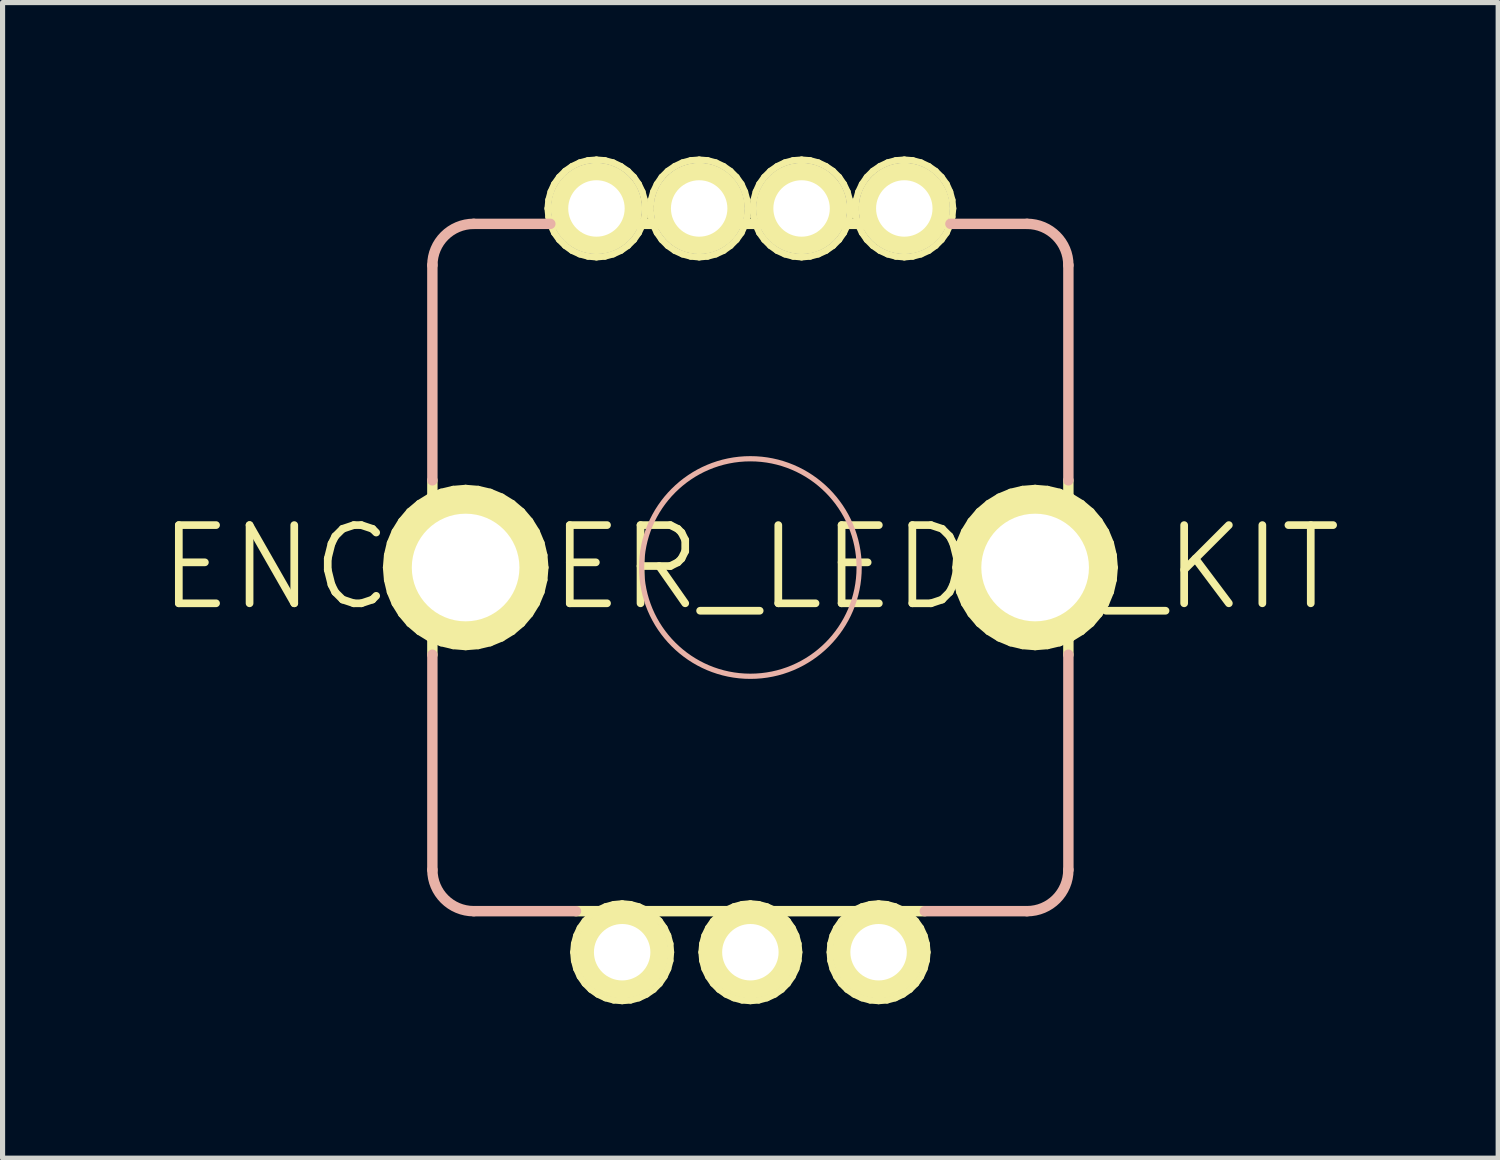
<source format=kicad_pcb>
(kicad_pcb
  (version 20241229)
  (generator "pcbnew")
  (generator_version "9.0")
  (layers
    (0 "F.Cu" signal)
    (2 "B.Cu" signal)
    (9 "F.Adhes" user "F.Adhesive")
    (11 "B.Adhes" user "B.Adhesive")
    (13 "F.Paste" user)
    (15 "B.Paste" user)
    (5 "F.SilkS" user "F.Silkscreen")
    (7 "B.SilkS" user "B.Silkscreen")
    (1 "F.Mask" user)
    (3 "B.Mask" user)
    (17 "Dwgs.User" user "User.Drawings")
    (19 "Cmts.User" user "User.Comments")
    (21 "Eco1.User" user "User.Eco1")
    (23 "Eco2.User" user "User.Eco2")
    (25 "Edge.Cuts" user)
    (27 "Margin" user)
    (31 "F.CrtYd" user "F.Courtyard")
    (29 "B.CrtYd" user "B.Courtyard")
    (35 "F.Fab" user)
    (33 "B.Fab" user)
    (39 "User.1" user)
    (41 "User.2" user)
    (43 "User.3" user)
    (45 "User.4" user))
  (footprint "ENCODER_LED_2_KIT"
    (layer "F.Cu")
    (at 11.575 8.011)
    (property "Reference" "ENCODER_LED_2_KIT" (at 0 0 0) (layer "F.SilkS") (effects (font (size 1.524 1.524) (thickness 0.15))))
    (attr exclude_from_pos_files exclude_from_bom)
    (fp_line (start -7.099 0) (end -7.079 -0.241) (stroke (width 0.127) (type solid)) (layer "F.SilkS"))
    (fp_line (start -7.079 -0.241) (end -7.023 -0.478) (stroke (width 0.127) (type solid)) (layer "F.SilkS"))
    (fp_line (start -7.079 0.241) (end -7.099 0) (stroke (width 0.127) (type solid)) (layer "F.SilkS"))
    (fp_line (start -7.023 -0.478) (end -6.929 -0.704) (stroke (width 0.127) (type solid)) (layer "F.SilkS"))
    (fp_line (start -7.023 0.478) (end -7.079 0.241) (stroke (width 0.127) (type solid)) (layer "F.SilkS"))
    (fp_line (start -6.929 -0.704) (end -6.802 -0.909) (stroke (width 0.127) (type solid)) (layer "F.SilkS"))
    (fp_line (start -6.929 0.704) (end -7.023 0.478) (stroke (width 0.127) (type solid)) (layer "F.SilkS"))
    (fp_line (start -6.802 -0.909) (end -6.645 -1.095) (stroke (width 0.127) (type solid)) (layer "F.SilkS"))
    (fp_line (start -6.802 0.909) (end -6.929 0.704) (stroke (width 0.127) (type solid)) (layer "F.SilkS"))
    (fp_line (start -6.645 -1.095) (end -6.459 -1.252) (stroke (width 0.127) (type solid)) (layer "F.SilkS"))
    (fp_line (start -6.645 1.095) (end -6.802 0.909) (stroke (width 0.127) (type solid)) (layer "F.SilkS"))
    (fp_line (start -6.548 0) (end -6.533 0.173) (stroke (width 0.127) (type solid)) (layer "F.SilkS"))
    (fp_line (start -6.533 -0.173) (end -6.548 0) (stroke (width 0.127) (type solid)) (layer "F.SilkS"))
    (fp_line (start -6.533 0.173) (end -6.487 0.34) (stroke (width 0.127) (type solid)) (layer "F.SilkS"))
    (fp_line (start -6.487 -0.34) (end -6.533 -0.173) (stroke (width 0.127) (type solid)) (layer "F.SilkS"))
    (fp_line (start -6.487 0.34) (end -6.413 0.498) (stroke (width 0.127) (type solid)) (layer "F.SilkS"))
    (fp_line (start -6.459 -1.252) (end -6.253 -1.379) (stroke (width 0.127) (type solid)) (layer "F.SilkS"))
    (fp_line (start -6.459 1.252) (end -6.645 1.095) (stroke (width 0.127) (type solid)) (layer "F.SilkS"))
    (fp_line (start -6.413 -0.498) (end -6.487 -0.34) (stroke (width 0.127) (type solid)) (layer "F.SilkS"))
    (fp_line (start -6.413 0.498) (end -6.314 0.643) (stroke (width 0.127) (type solid)) (layer "F.SilkS"))
    (fp_line (start -6.314 -0.643) (end -6.413 -0.498) (stroke (width 0.127) (type solid)) (layer "F.SilkS"))
    (fp_line (start -6.314 0.643) (end -6.193 0.765) (stroke (width 0.127) (type solid)) (layer "F.SilkS"))
    (fp_line (start -6.253 -1.379) (end -6.027 -1.473) (stroke (width 0.127) (type solid)) (layer "F.SilkS"))
    (fp_line (start -6.253 1.379) (end -6.459 1.252) (stroke (width 0.127) (type solid)) (layer "F.SilkS"))
    (fp_line (start -6.198 1.699) (end -6.198 -1.699) (stroke (width 0.203) (type solid)) (layer "F.SilkS"))
    (fp_line (start -6.193 -0.765) (end -6.314 -0.643) (stroke (width 0.127) (type solid)) (layer "F.SilkS"))
    (fp_line (start -6.193 0.765) (end -6.048 0.864) (stroke (width 0.127) (type solid)) (layer "F.SilkS"))
    (fp_line (start -6.048 -0.864) (end -6.193 -0.765) (stroke (width 0.127) (type solid)) (layer "F.SilkS"))
    (fp_line (start -6.048 0.864) (end -5.89 0.937) (stroke (width 0.127) (type solid)) (layer "F.SilkS"))
    (fp_line (start -6.027 -1.473) (end -5.791 -1.529) (stroke (width 0.127) (type solid)) (layer "F.SilkS"))
    (fp_line (start -6.027 1.473) (end -6.253 1.379) (stroke (width 0.127) (type solid)) (layer "F.SilkS"))
    (fp_line (start -5.89 -0.937) (end -6.048 -0.864) (stroke (width 0.127) (type solid)) (layer "F.SilkS"))
    (fp_line (start -5.89 0.937) (end -5.723 0.983) (stroke (width 0.127) (type solid)) (layer "F.SilkS"))
    (fp_line (start -5.791 -1.529) (end -5.55 -1.549) (stroke (width 0.127) (type solid)) (layer "F.SilkS"))
    (fp_line (start -5.791 1.529) (end -6.027 1.473) (stroke (width 0.127) (type solid)) (layer "F.SilkS"))
    (fp_line (start -5.723 -0.983) (end -5.89 -0.937) (stroke (width 0.127) (type solid)) (layer "F.SilkS"))
    (fp_line (start -5.723 0.983) (end -5.55 0.998) (stroke (width 0.127) (type solid)) (layer "F.SilkS"))
    (fp_line (start -5.55 -1.549) (end -5.306 -1.529) (stroke (width 0.127) (type solid)) (layer "F.SilkS"))
    (fp_line (start -5.55 -0.998) (end -5.723 -0.983) (stroke (width 0.127) (type solid)) (layer "F.SilkS"))
    (fp_line (start -5.55 0.998) (end -5.375 0.983) (stroke (width 0.127) (type solid)) (layer "F.SilkS"))
    (fp_line (start -5.55 1.549) (end -5.791 1.529) (stroke (width 0.127) (type solid)) (layer "F.SilkS"))
    (fp_line (start -5.375 -0.983) (end -5.55 -0.998) (stroke (width 0.127) (type solid)) (layer "F.SilkS"))
    (fp_line (start -5.375 0.983) (end -5.207 0.937) (stroke (width 0.127) (type solid)) (layer "F.SilkS"))
    (fp_line (start -5.306 -1.529) (end -5.07 -1.473) (stroke (width 0.127) (type solid)) (layer "F.SilkS"))
    (fp_line (start -5.306 1.529) (end -5.55 1.549) (stroke (width 0.127) (type solid)) (layer "F.SilkS"))
    (fp_line (start -5.207 -0.937) (end -5.375 -0.983) (stroke (width 0.127) (type solid)) (layer "F.SilkS"))
    (fp_line (start -5.207 0.937) (end -5.05 0.864) (stroke (width 0.127) (type solid)) (layer "F.SilkS"))
    (fp_line (start -5.07 -1.473) (end -4.844 -1.379) (stroke (width 0.127) (type solid)) (layer "F.SilkS"))
    (fp_line (start -5.07 1.473) (end -5.306 1.529) (stroke (width 0.127) (type solid)) (layer "F.SilkS"))
    (fp_line (start -5.05 -0.864) (end -5.207 -0.937) (stroke (width 0.127) (type solid)) (layer "F.SilkS"))
    (fp_line (start -5.05 0.864) (end -4.905 0.765) (stroke (width 0.127) (type solid)) (layer "F.SilkS"))
    (fp_line (start -4.905 -0.765) (end -5.05 -0.864) (stroke (width 0.127) (type solid)) (layer "F.SilkS"))
    (fp_line (start -4.905 0.765) (end -4.783 0.643) (stroke (width 0.127) (type solid)) (layer "F.SilkS"))
    (fp_line (start -4.844 -1.379) (end -4.638 -1.252) (stroke (width 0.127) (type solid)) (layer "F.SilkS"))
    (fp_line (start -4.844 1.379) (end -5.07 1.473) (stroke (width 0.127) (type solid)) (layer "F.SilkS"))
    (fp_line (start -4.783 -0.643) (end -4.905 -0.765) (stroke (width 0.127) (type solid)) (layer "F.SilkS"))
    (fp_line (start -4.783 0.643) (end -4.684 0.498) (stroke (width 0.127) (type solid)) (layer "F.SilkS"))
    (fp_line (start -4.684 -0.498) (end -4.783 -0.643) (stroke (width 0.127) (type solid)) (layer "F.SilkS"))
    (fp_line (start -4.684 0.498) (end -4.61 0.34) (stroke (width 0.127) (type solid)) (layer "F.SilkS"))
    (fp_line (start -4.638 -1.252) (end -4.453 -1.095) (stroke (width 0.127) (type solid)) (layer "F.SilkS"))
    (fp_line (start -4.638 1.252) (end -4.844 1.379) (stroke (width 0.127) (type solid)) (layer "F.SilkS"))
    (fp_line (start -4.61 -0.34) (end -4.684 -0.498) (stroke (width 0.127) (type solid)) (layer "F.SilkS"))
    (fp_line (start -4.61 0.34) (end -4.564 0.173) (stroke (width 0.127) (type solid)) (layer "F.SilkS"))
    (fp_line (start -4.564 -0.173) (end -4.61 -0.34) (stroke (width 0.127) (type solid)) (layer "F.SilkS"))
    (fp_line (start -4.564 0.173) (end -4.549 0) (stroke (width 0.127) (type solid)) (layer "F.SilkS"))
    (fp_line (start -4.549 0) (end -4.564 -0.173) (stroke (width 0.127) (type solid)) (layer "F.SilkS"))
    (fp_line (start -4.453 -1.095) (end -4.295 -0.909) (stroke (width 0.127) (type solid)) (layer "F.SilkS"))
    (fp_line (start -4.453 1.095) (end -4.638 1.252) (stroke (width 0.127) (type solid)) (layer "F.SilkS"))
    (fp_line (start -4.295 -0.909) (end -4.168 -0.704) (stroke (width 0.127) (type solid)) (layer "F.SilkS"))
    (fp_line (start -4.295 0.909) (end -4.453 1.095) (stroke (width 0.127) (type solid)) (layer "F.SilkS"))
    (fp_line (start -4.168 -0.704) (end -4.074 -0.478) (stroke (width 0.127) (type solid)) (layer "F.SilkS"))
    (fp_line (start -4.168 0.704) (end -4.295 0.909) (stroke (width 0.127) (type solid)) (layer "F.SilkS"))
    (fp_line (start -4.074 -0.478) (end -4.018 -0.241) (stroke (width 0.127) (type solid)) (layer "F.SilkS"))
    (fp_line (start -4.074 0.478) (end -4.168 0.704) (stroke (width 0.127) (type solid)) (layer "F.SilkS"))
    (fp_line (start -4.018 -0.241) (end -3.998 0) (stroke (width 0.127) (type solid)) (layer "F.SilkS"))
    (fp_line (start -4.018 0.241) (end -4.074 0.478) (stroke (width 0.127) (type solid)) (layer "F.SilkS"))
    (fp_line (start -3.998 0) (end -4.018 0.241) (stroke (width 0.127) (type solid)) (layer "F.SilkS"))
    (fp_line (start -3.95 -6.998) (end -3.934 -6.833) (stroke (width 0.127) (type solid)) (layer "F.SilkS"))
    (fp_line (start -3.934 -7.163) (end -3.95 -6.998) (stroke (width 0.127) (type solid)) (layer "F.SilkS"))
    (fp_line (start -3.934 -6.833) (end -3.891 -6.673) (stroke (width 0.127) (type solid)) (layer "F.SilkS"))
    (fp_line (start -3.899 -6.698) (end 3.899 -6.698) (stroke (width 0.203) (type solid)) (layer "F.SilkS"))
    (fp_line (start -3.891 -7.323) (end -3.934 -7.163) (stroke (width 0.127) (type solid)) (layer "F.SilkS"))
    (fp_line (start -3.891 -6.673) (end -3.823 -6.523) (stroke (width 0.127) (type solid)) (layer "F.SilkS"))
    (fp_line (start -3.823 -7.473) (end -3.891 -7.323) (stroke (width 0.127) (type solid)) (layer "F.SilkS"))
    (fp_line (start -3.823 -6.523) (end -3.726 -6.388) (stroke (width 0.127) (type solid)) (layer "F.SilkS"))
    (fp_line (start -3.726 -7.61) (end -3.823 -7.473) (stroke (width 0.127) (type solid)) (layer "F.SilkS"))
    (fp_line (start -3.726 -6.388) (end -3.609 -6.271) (stroke (width 0.127) (type solid)) (layer "F.SilkS"))
    (fp_line (start -3.609 -7.727) (end -3.726 -7.61) (stroke (width 0.127) (type solid)) (layer "F.SilkS"))
    (fp_line (start -3.609 -6.271) (end -3.475 -6.175) (stroke (width 0.127) (type solid)) (layer "F.SilkS"))
    (fp_line (start -3.548 -6.998) (end -3.548 -6.949) (stroke (width 0.127) (type solid)) (layer "F.SilkS"))
    (fp_line (start -3.548 -6.949) (end -3.536 -6.838) (stroke (width 0.127) (type solid)) (layer "F.SilkS"))
    (fp_line (start -3.538 -7.107) (end -3.548 -6.998) (stroke (width 0.127) (type solid)) (layer "F.SilkS"))
    (fp_line (start -3.536 -6.838) (end -3.5 -6.731) (stroke (width 0.127) (type solid)) (layer "F.SilkS"))
    (fp_line (start -3.508 -7.209) (end -3.538 -7.107) (stroke (width 0.127) (type solid)) (layer "F.SilkS"))
    (fp_line (start -3.5 -6.731) (end -3.439 -6.637) (stroke (width 0.127) (type solid)) (layer "F.SilkS"))
    (fp_line (start -3.475 -7.821) (end -3.609 -7.727) (stroke (width 0.127) (type solid)) (layer "F.SilkS"))
    (fp_line (start -3.475 -6.175) (end -3.325 -6.106) (stroke (width 0.127) (type solid)) (layer "F.SilkS"))
    (fp_line (start -3.457 -7.305) (end -3.508 -7.209) (stroke (width 0.127) (type solid)) (layer "F.SilkS"))
    (fp_line (start -3.449 7.498) (end -3.434 7.663) (stroke (width 0.127) (type solid)) (layer "F.SilkS"))
    (fp_line (start -3.439 -6.637) (end -3.36 -6.558) (stroke (width 0.127) (type solid)) (layer "F.SilkS"))
    (fp_line (start -3.434 7.333) (end -3.449 7.498) (stroke (width 0.127) (type solid)) (layer "F.SilkS"))
    (fp_line (start -3.434 7.663) (end -3.391 7.823) (stroke (width 0.127) (type solid)) (layer "F.SilkS"))
    (fp_line (start -3.391 7.173) (end -3.434 7.333) (stroke (width 0.127) (type solid)) (layer "F.SilkS"))
    (fp_line (start -3.391 7.823) (end -3.322 7.973) (stroke (width 0.127) (type solid)) (layer "F.SilkS"))
    (fp_line (start -3.388 -7.389) (end -3.457 -7.305) (stroke (width 0.127) (type solid)) (layer "F.SilkS"))
    (fp_line (start -3.36 -6.558) (end -3.266 -6.497) (stroke (width 0.127) (type solid)) (layer "F.SilkS"))
    (fp_line (start -3.325 -7.892) (end -3.475 -7.821) (stroke (width 0.127) (type solid)) (layer "F.SilkS"))
    (fp_line (start -3.325 -6.106) (end -3.165 -6.063) (stroke (width 0.127) (type solid)) (layer "F.SilkS"))
    (fp_line (start -3.322 7.023) (end -3.391 7.173) (stroke (width 0.127) (type solid)) (layer "F.SilkS"))
    (fp_line (start -3.322 7.973) (end -3.226 8.11) (stroke (width 0.127) (type solid)) (layer "F.SilkS"))
    (fp_line (start -3.305 -7.455) (end -3.388 -7.389) (stroke (width 0.127) (type solid)) (layer "F.SilkS"))
    (fp_line (start -3.266 -6.497) (end -3.16 -6.462) (stroke (width 0.127) (type solid)) (layer "F.SilkS"))
    (fp_line (start -3.226 6.888) (end -3.322 7.023) (stroke (width 0.127) (type solid)) (layer "F.SilkS"))
    (fp_line (start -3.226 8.11) (end -3.109 8.227) (stroke (width 0.127) (type solid)) (layer "F.SilkS"))
    (fp_line (start -3.208 -7.506) (end -3.305 -7.455) (stroke (width 0.127) (type solid)) (layer "F.SilkS"))
    (fp_line (start -3.165 -7.935) (end -3.325 -7.892) (stroke (width 0.127) (type solid)) (layer "F.SilkS"))
    (fp_line (start -3.165 -6.063) (end -3 -6.048) (stroke (width 0.127) (type solid)) (layer "F.SilkS"))
    (fp_line (start -3.16 -6.462) (end -3.048 -6.449) (stroke (width 0.127) (type solid)) (layer "F.SilkS"))
    (fp_line (start -3.109 6.772) (end -3.226 6.888) (stroke (width 0.127) (type solid)) (layer "F.SilkS"))
    (fp_line (start -3.109 8.227) (end -2.974 8.321) (stroke (width 0.127) (type solid)) (layer "F.SilkS"))
    (fp_line (start -3.106 -7.539) (end -3.208 -7.506) (stroke (width 0.127) (type solid)) (layer "F.SilkS"))
    (fp_line (start -3.048 -6.449) (end -3 -6.449) (stroke (width 0.127) (type solid)) (layer "F.SilkS"))
    (fp_line (start -3.048 7.498) (end -3.048 7.549) (stroke (width 0.127) (type solid)) (layer "F.SilkS"))
    (fp_line (start -3.048 7.549) (end -3.035 7.661) (stroke (width 0.127) (type solid)) (layer "F.SilkS"))
    (fp_line (start -3.038 7.391) (end -3.048 7.498) (stroke (width 0.127) (type solid)) (layer "F.SilkS"))
    (fp_line (start -3.035 7.661) (end -3 7.765) (stroke (width 0.127) (type solid)) (layer "F.SilkS"))
    (fp_line (start -3.007 7.287) (end -3.038 7.391) (stroke (width 0.127) (type solid)) (layer "F.SilkS"))
    (fp_line (start -3 -7.948) (end -3.165 -7.935) (stroke (width 0.127) (type solid)) (layer "F.SilkS"))
    (fp_line (start -3 -7.549) (end -3.106 -7.539) (stroke (width 0.127) (type solid)) (layer "F.SilkS"))
    (fp_line (start -3 -6.449) (end -2.891 -6.459) (stroke (width 0.127) (type solid)) (layer "F.SilkS"))
    (fp_line (start -3 -6.048) (end -2.835 -6.063) (stroke (width 0.127) (type solid)) (layer "F.SilkS"))
    (fp_line (start -3 7.765) (end -2.939 7.861) (stroke (width 0.127) (type solid)) (layer "F.SilkS"))
    (fp_line (start -2.974 6.675) (end -3.109 6.772) (stroke (width 0.127) (type solid)) (layer "F.SilkS"))
    (fp_line (start -2.974 8.321) (end -2.824 8.392) (stroke (width 0.127) (type solid)) (layer "F.SilkS"))
    (fp_line (start -2.957 7.193) (end -3.007 7.287) (stroke (width 0.127) (type solid)) (layer "F.SilkS"))
    (fp_line (start -2.939 7.861) (end -2.86 7.94) (stroke (width 0.127) (type solid)) (layer "F.SilkS"))
    (fp_line (start -2.891 -7.539) (end -3 -7.549) (stroke (width 0.127) (type solid)) (layer "F.SilkS"))
    (fp_line (start -2.891 -6.459) (end -2.789 -6.49) (stroke (width 0.127) (type solid)) (layer "F.SilkS"))
    (fp_line (start -2.888 7.109) (end -2.957 7.193) (stroke (width 0.127) (type solid)) (layer "F.SilkS"))
    (fp_line (start -2.86 7.94) (end -2.766 7.998) (stroke (width 0.127) (type solid)) (layer "F.SilkS"))
    (fp_line (start -2.835 -7.935) (end -3 -7.948) (stroke (width 0.127) (type solid)) (layer "F.SilkS"))
    (fp_line (start -2.835 -6.063) (end -2.675 -6.106) (stroke (width 0.127) (type solid)) (layer "F.SilkS"))
    (fp_line (start -2.824 6.607) (end -2.974 6.675) (stroke (width 0.127) (type solid)) (layer "F.SilkS"))
    (fp_line (start -2.824 8.392) (end -2.664 8.435) (stroke (width 0.127) (type solid)) (layer "F.SilkS"))
    (fp_line (start -2.804 7.041) (end -2.888 7.109) (stroke (width 0.127) (type solid)) (layer "F.SilkS"))
    (fp_line (start -2.789 -7.506) (end -2.891 -7.539) (stroke (width 0.127) (type solid)) (layer "F.SilkS"))
    (fp_line (start -2.789 -6.49) (end -2.692 -6.54) (stroke (width 0.127) (type solid)) (layer "F.SilkS"))
    (fp_line (start -2.766 7.998) (end -2.659 8.037) (stroke (width 0.127) (type solid)) (layer "F.SilkS"))
    (fp_line (start -2.71 6.99) (end -2.804 7.041) (stroke (width 0.127) (type solid)) (layer "F.SilkS"))
    (fp_line (start -2.692 -7.455) (end -2.789 -7.506) (stroke (width 0.127) (type solid)) (layer "F.SilkS"))
    (fp_line (start -2.692 -6.54) (end -2.609 -6.609) (stroke (width 0.127) (type solid)) (layer "F.SilkS"))
    (fp_line (start -2.675 -7.892) (end -2.835 -7.935) (stroke (width 0.127) (type solid)) (layer "F.SilkS"))
    (fp_line (start -2.675 -6.106) (end -2.525 -6.175) (stroke (width 0.127) (type solid)) (layer "F.SilkS"))
    (fp_line (start -2.664 6.563) (end -2.824 6.607) (stroke (width 0.127) (type solid)) (layer "F.SilkS"))
    (fp_line (start -2.664 8.435) (end -2.499 8.448) (stroke (width 0.127) (type solid)) (layer "F.SilkS"))
    (fp_line (start -2.659 8.037) (end -2.548 8.049) (stroke (width 0.127) (type solid)) (layer "F.SilkS"))
    (fp_line (start -2.609 -7.389) (end -2.692 -7.455) (stroke (width 0.127) (type solid)) (layer "F.SilkS"))
    (fp_line (start -2.609 -6.609) (end -2.543 -6.693) (stroke (width 0.127) (type solid)) (layer "F.SilkS"))
    (fp_line (start -2.606 6.96) (end -2.71 6.99) (stroke (width 0.127) (type solid)) (layer "F.SilkS"))
    (fp_line (start -2.548 8.049) (end -2.499 8.049) (stroke (width 0.127) (type solid)) (layer "F.SilkS"))
    (fp_line (start -2.543 -7.305) (end -2.609 -7.389) (stroke (width 0.127) (type solid)) (layer "F.SilkS"))
    (fp_line (start -2.543 -6.693) (end -2.492 -6.789) (stroke (width 0.127) (type solid)) (layer "F.SilkS"))
    (fp_line (start -2.525 -7.821) (end -2.675 -7.892) (stroke (width 0.127) (type solid)) (layer "F.SilkS"))
    (fp_line (start -2.525 -6.175) (end -2.388 -6.271) (stroke (width 0.127) (type solid)) (layer "F.SilkS"))
    (fp_line (start -2.499 6.548) (end -2.664 6.563) (stroke (width 0.127) (type solid)) (layer "F.SilkS"))
    (fp_line (start -2.499 6.949) (end -2.606 6.96) (stroke (width 0.127) (type solid)) (layer "F.SilkS"))
    (fp_line (start -2.499 8.049) (end -2.393 8.039) (stroke (width 0.127) (type solid)) (layer "F.SilkS"))
    (fp_line (start -2.499 8.448) (end -2.334 8.435) (stroke (width 0.127) (type solid)) (layer "F.SilkS"))
    (fp_line (start -2.492 -7.209) (end -2.543 -7.305) (stroke (width 0.127) (type solid)) (layer "F.SilkS"))
    (fp_line (start -2.492 -6.789) (end -2.459 -6.891) (stroke (width 0.127) (type solid)) (layer "F.SilkS"))
    (fp_line (start -2.459 -7.107) (end -2.492 -7.209) (stroke (width 0.127) (type solid)) (layer "F.SilkS"))
    (fp_line (start -2.459 -6.891) (end -2.449 -6.998) (stroke (width 0.127) (type solid)) (layer "F.SilkS"))
    (fp_line (start -2.449 -6.998) (end -2.459 -7.107) (stroke (width 0.127) (type solid)) (layer "F.SilkS"))
    (fp_line (start -2.393 6.96) (end -2.499 6.949) (stroke (width 0.127) (type solid)) (layer "F.SilkS"))
    (fp_line (start -2.393 8.039) (end -2.289 8.006) (stroke (width 0.127) (type solid)) (layer "F.SilkS"))
    (fp_line (start -2.388 -7.727) (end -2.525 -7.821) (stroke (width 0.127) (type solid)) (layer "F.SilkS"))
    (fp_line (start -2.388 -6.271) (end -2.271 -6.388) (stroke (width 0.127) (type solid)) (layer "F.SilkS"))
    (fp_line (start -2.334 6.563) (end -2.499 6.548) (stroke (width 0.127) (type solid)) (layer "F.SilkS"))
    (fp_line (start -2.334 8.435) (end -2.174 8.392) (stroke (width 0.127) (type solid)) (layer "F.SilkS"))
    (fp_line (start -2.289 6.99) (end -2.393 6.96) (stroke (width 0.127) (type solid)) (layer "F.SilkS"))
    (fp_line (start -2.289 8.006) (end -2.192 7.955) (stroke (width 0.127) (type solid)) (layer "F.SilkS"))
    (fp_line (start -2.271 -7.61) (end -2.388 -7.727) (stroke (width 0.127) (type solid)) (layer "F.SilkS"))
    (fp_line (start -2.271 -6.388) (end -2.177 -6.523) (stroke (width 0.127) (type solid)) (layer "F.SilkS"))
    (fp_line (start -2.192 7.041) (end -2.289 6.99) (stroke (width 0.127) (type solid)) (layer "F.SilkS"))
    (fp_line (start -2.192 7.955) (end -2.111 7.887) (stroke (width 0.127) (type solid)) (layer "F.SilkS"))
    (fp_line (start -2.177 -7.473) (end -2.271 -7.61) (stroke (width 0.127) (type solid)) (layer "F.SilkS"))
    (fp_line (start -2.177 -6.523) (end -2.106 -6.673) (stroke (width 0.127) (type solid)) (layer "F.SilkS"))
    (fp_line (start -2.174 6.607) (end -2.334 6.563) (stroke (width 0.127) (type solid)) (layer "F.SilkS"))
    (fp_line (start -2.174 8.392) (end -2.024 8.321) (stroke (width 0.127) (type solid)) (layer "F.SilkS"))
    (fp_line (start -2.111 7.109) (end -2.192 7.041) (stroke (width 0.127) (type solid)) (layer "F.SilkS"))
    (fp_line (start -2.111 7.887) (end -2.042 7.805) (stroke (width 0.127) (type solid)) (layer "F.SilkS"))
    (fp_line (start -2.106 -7.323) (end -2.177 -7.473) (stroke (width 0.127) (type solid)) (layer "F.SilkS"))
    (fp_line (start -2.106 -6.673) (end -2.062 -6.833) (stroke (width 0.127) (type solid)) (layer "F.SilkS"))
    (fp_line (start -2.062 -7.163) (end -2.106 -7.323) (stroke (width 0.127) (type solid)) (layer "F.SilkS"))
    (fp_line (start -2.062 -6.833) (end -2.05 -6.998) (stroke (width 0.127) (type solid)) (layer "F.SilkS"))
    (fp_line (start -2.05 -6.998) (end -2.062 -7.163) (stroke (width 0.127) (type solid)) (layer "F.SilkS"))
    (fp_line (start -2.042 7.193) (end -2.111 7.109) (stroke (width 0.127) (type solid)) (layer "F.SilkS"))
    (fp_line (start -2.042 7.805) (end -1.991 7.709) (stroke (width 0.127) (type solid)) (layer "F.SilkS"))
    (fp_line (start -2.024 6.675) (end -2.174 6.607) (stroke (width 0.127) (type solid)) (layer "F.SilkS"))
    (fp_line (start -2.024 8.321) (end -1.887 8.227) (stroke (width 0.127) (type solid)) (layer "F.SilkS"))
    (fp_line (start -1.991 7.287) (end -2.042 7.193) (stroke (width 0.127) (type solid)) (layer "F.SilkS"))
    (fp_line (start -1.991 7.709) (end -1.958 7.607) (stroke (width 0.127) (type solid)) (layer "F.SilkS"))
    (fp_line (start -1.958 7.391) (end -1.991 7.287) (stroke (width 0.127) (type solid)) (layer "F.SilkS"))
    (fp_line (start -1.958 7.607) (end -1.948 7.498) (stroke (width 0.127) (type solid)) (layer "F.SilkS"))
    (fp_line (start -1.948 -6.998) (end -1.935 -6.833) (stroke (width 0.127) (type solid)) (layer "F.SilkS"))
    (fp_line (start -1.948 7.498) (end -1.958 7.391) (stroke (width 0.127) (type solid)) (layer "F.SilkS"))
    (fp_line (start -1.935 -7.163) (end -1.948 -6.998) (stroke (width 0.127) (type solid)) (layer "F.SilkS"))
    (fp_line (start -1.935 -6.833) (end -1.892 -6.673) (stroke (width 0.127) (type solid)) (layer "F.SilkS"))
    (fp_line (start -1.892 -7.323) (end -1.935 -7.163) (stroke (width 0.127) (type solid)) (layer "F.SilkS"))
    (fp_line (start -1.892 -6.673) (end -1.821 -6.523) (stroke (width 0.127) (type solid)) (layer "F.SilkS"))
    (fp_line (start -1.887 6.772) (end -2.024 6.675) (stroke (width 0.127) (type solid)) (layer "F.SilkS"))
    (fp_line (start -1.887 8.227) (end -1.77 8.11) (stroke (width 0.127) (type solid)) (layer "F.SilkS"))
    (fp_line (start -1.821 -7.473) (end -1.892 -7.323) (stroke (width 0.127) (type solid)) (layer "F.SilkS"))
    (fp_line (start -1.821 -6.523) (end -1.727 -6.388) (stroke (width 0.127) (type solid)) (layer "F.SilkS"))
    (fp_line (start -1.77 6.888) (end -1.887 6.772) (stroke (width 0.127) (type solid)) (layer "F.SilkS"))
    (fp_line (start -1.77 8.11) (end -1.676 7.973) (stroke (width 0.127) (type solid)) (layer "F.SilkS"))
    (fp_line (start -1.727 -7.61) (end -1.821 -7.473) (stroke (width 0.127) (type solid)) (layer "F.SilkS"))
    (fp_line (start -1.727 -6.388) (end -1.61 -6.271) (stroke (width 0.127) (type solid)) (layer "F.SilkS"))
    (fp_line (start -1.676 7.023) (end -1.77 6.888) (stroke (width 0.127) (type solid)) (layer "F.SilkS"))
    (fp_line (start -1.676 7.973) (end -1.605 7.823) (stroke (width 0.127) (type solid)) (layer "F.SilkS"))
    (fp_line (start -1.61 -7.727) (end -1.727 -7.61) (stroke (width 0.127) (type solid)) (layer "F.SilkS"))
    (fp_line (start -1.61 -6.271) (end -1.473 -6.175) (stroke (width 0.127) (type solid)) (layer "F.SilkS"))
    (fp_line (start -1.605 7.173) (end -1.676 7.023) (stroke (width 0.127) (type solid)) (layer "F.SilkS"))
    (fp_line (start -1.605 7.823) (end -1.562 7.663) (stroke (width 0.127) (type solid)) (layer "F.SilkS"))
    (fp_line (start -1.562 7.333) (end -1.605 7.173) (stroke (width 0.127) (type solid)) (layer "F.SilkS"))
    (fp_line (start -1.562 7.663) (end -1.549 7.498) (stroke (width 0.127) (type solid)) (layer "F.SilkS"))
    (fp_line (start -1.549 -6.998) (end -1.549 -6.949) (stroke (width 0.127) (type solid)) (layer "F.SilkS"))
    (fp_line (start -1.549 -6.949) (end -1.537 -6.838) (stroke (width 0.127) (type solid)) (layer "F.SilkS"))
    (fp_line (start -1.549 7.498) (end -1.562 7.333) (stroke (width 0.127) (type solid)) (layer "F.SilkS"))
    (fp_line (start -1.537 -6.838) (end -1.499 -6.731) (stroke (width 0.127) (type solid)) (layer "F.SilkS"))
    (fp_line (start -1.534 -7.122) (end -1.549 -6.998) (stroke (width 0.127) (type solid)) (layer "F.SilkS"))
    (fp_line (start -1.499 -6.731) (end -1.44 -6.637) (stroke (width 0.127) (type solid)) (layer "F.SilkS"))
    (fp_line (start -1.494 -7.236) (end -1.534 -7.122) (stroke (width 0.127) (type solid)) (layer "F.SilkS"))
    (fp_line (start -1.473 -7.821) (end -1.61 -7.727) (stroke (width 0.127) (type solid)) (layer "F.SilkS"))
    (fp_line (start -1.473 -6.175) (end -1.323 -6.106) (stroke (width 0.127) (type solid)) (layer "F.SilkS"))
    (fp_line (start -1.44 -6.637) (end -1.361 -6.558) (stroke (width 0.127) (type solid)) (layer "F.SilkS"))
    (fp_line (start -1.427 -7.341) (end -1.494 -7.236) (stroke (width 0.127) (type solid)) (layer "F.SilkS"))
    (fp_line (start -1.361 -6.558) (end -1.265 -6.497) (stroke (width 0.127) (type solid)) (layer "F.SilkS"))
    (fp_line (start -1.341 -7.429) (end -1.427 -7.341) (stroke (width 0.127) (type solid)) (layer "F.SilkS"))
    (fp_line (start -1.323 -7.892) (end -1.473 -7.821) (stroke (width 0.127) (type solid)) (layer "F.SilkS"))
    (fp_line (start -1.323 -6.106) (end -1.163 -6.063) (stroke (width 0.127) (type solid)) (layer "F.SilkS"))
    (fp_line (start -1.265 -6.497) (end -1.161 -6.462) (stroke (width 0.127) (type solid)) (layer "F.SilkS"))
    (fp_line (start -1.237 -7.493) (end -1.341 -7.429) (stroke (width 0.127) (type solid)) (layer "F.SilkS"))
    (fp_line (start -1.163 -7.935) (end -1.323 -7.892) (stroke (width 0.127) (type solid)) (layer "F.SilkS"))
    (fp_line (start -1.163 -6.063) (end -0.998 -6.048) (stroke (width 0.127) (type solid)) (layer "F.SilkS"))
    (fp_line (start -1.161 -6.462) (end -1.049 -6.449) (stroke (width 0.127) (type solid)) (layer "F.SilkS"))
    (fp_line (start -1.12 -7.536) (end -1.237 -7.493) (stroke (width 0.127) (type solid)) (layer "F.SilkS"))
    (fp_line (start -1.049 -6.449) (end -0.998 -6.449) (stroke (width 0.127) (type solid)) (layer "F.SilkS"))
    (fp_line (start -0.998 -7.948) (end -1.163 -7.935) (stroke (width 0.127) (type solid)) (layer "F.SilkS"))
    (fp_line (start -0.998 -7.549) (end -1.12 -7.536) (stroke (width 0.127) (type solid)) (layer "F.SilkS"))
    (fp_line (start -0.998 -6.449) (end -0.892 -6.459) (stroke (width 0.127) (type solid)) (layer "F.SilkS"))
    (fp_line (start -0.998 -6.048) (end -0.833 -6.063) (stroke (width 0.127) (type solid)) (layer "F.SilkS"))
    (fp_line (start -0.95 7.498) (end -0.935 7.663) (stroke (width 0.127) (type solid)) (layer "F.SilkS"))
    (fp_line (start -0.935 7.333) (end -0.95 7.498) (stroke (width 0.127) (type solid)) (layer "F.SilkS"))
    (fp_line (start -0.935 7.663) (end -0.892 7.823) (stroke (width 0.127) (type solid)) (layer "F.SilkS"))
    (fp_line (start -0.892 -6.459) (end -0.787 -6.49) (stroke (width 0.127) (type solid)) (layer "F.SilkS"))
    (fp_line (start -0.892 7.173) (end -0.935 7.333) (stroke (width 0.127) (type solid)) (layer "F.SilkS"))
    (fp_line (start -0.892 7.823) (end -0.82 7.973) (stroke (width 0.127) (type solid)) (layer "F.SilkS"))
    (fp_line (start -0.876 -7.536) (end -0.998 -7.549) (stroke (width 0.127) (type solid)) (layer "F.SilkS"))
    (fp_line (start -0.833 -7.935) (end -0.998 -7.948) (stroke (width 0.127) (type solid)) (layer "F.SilkS"))
    (fp_line (start -0.833 -6.063) (end -0.673 -6.106) (stroke (width 0.127) (type solid)) (layer "F.SilkS"))
    (fp_line (start -0.82 7.023) (end -0.892 7.173) (stroke (width 0.127) (type solid)) (layer "F.SilkS"))
    (fp_line (start -0.82 7.973) (end -0.726 8.11) (stroke (width 0.127) (type solid)) (layer "F.SilkS"))
    (fp_line (start -0.787 -6.49) (end -0.693 -6.54) (stroke (width 0.127) (type solid)) (layer "F.SilkS"))
    (fp_line (start -0.759 -7.493) (end -0.876 -7.536) (stroke (width 0.127) (type solid)) (layer "F.SilkS"))
    (fp_line (start -0.726 6.888) (end -0.82 7.023) (stroke (width 0.127) (type solid)) (layer "F.SilkS"))
    (fp_line (start -0.726 8.11) (end -0.61 8.227) (stroke (width 0.127) (type solid)) (layer "F.SilkS"))
    (fp_line (start -0.693 -6.54) (end -0.61 -6.609) (stroke (width 0.127) (type solid)) (layer "F.SilkS"))
    (fp_line (start -0.673 -7.892) (end -0.833 -7.935) (stroke (width 0.127) (type solid)) (layer "F.SilkS"))
    (fp_line (start -0.673 -6.106) (end -0.523 -6.175) (stroke (width 0.127) (type solid)) (layer "F.SilkS"))
    (fp_line (start -0.655 -7.429) (end -0.759 -7.493) (stroke (width 0.127) (type solid)) (layer "F.SilkS"))
    (fp_line (start -0.61 -6.609) (end -0.541 -6.693) (stroke (width 0.127) (type solid)) (layer "F.SilkS"))
    (fp_line (start -0.61 6.772) (end -0.726 6.888) (stroke (width 0.127) (type solid)) (layer "F.SilkS"))
    (fp_line (start -0.61 8.227) (end -0.475 8.321) (stroke (width 0.127) (type solid)) (layer "F.SilkS"))
    (fp_line (start -0.569 -7.341) (end -0.655 -7.429) (stroke (width 0.127) (type solid)) (layer "F.SilkS"))
    (fp_line (start -0.549 7.498) (end -0.549 7.549) (stroke (width 0.127) (type solid)) (layer "F.SilkS"))
    (fp_line (start -0.549 7.549) (end -0.536 7.661) (stroke (width 0.127) (type solid)) (layer "F.SilkS"))
    (fp_line (start -0.541 -6.693) (end -0.49 -6.789) (stroke (width 0.127) (type solid)) (layer "F.SilkS"))
    (fp_line (start -0.536 7.376) (end -0.549 7.498) (stroke (width 0.127) (type solid)) (layer "F.SilkS"))
    (fp_line (start -0.536 7.661) (end -0.5 7.765) (stroke (width 0.127) (type solid)) (layer "F.SilkS"))
    (fp_line (start -0.523 -7.821) (end -0.673 -7.892) (stroke (width 0.127) (type solid)) (layer "F.SilkS"))
    (fp_line (start -0.523 -6.175) (end -0.389 -6.271) (stroke (width 0.127) (type solid)) (layer "F.SilkS"))
    (fp_line (start -0.503 -7.236) (end -0.569 -7.341) (stroke (width 0.127) (type solid)) (layer "F.SilkS"))
    (fp_line (start -0.5 7.765) (end -0.439 7.861) (stroke (width 0.127) (type solid)) (layer "F.SilkS"))
    (fp_line (start -0.495 7.259) (end -0.536 7.376) (stroke (width 0.127) (type solid)) (layer "F.SilkS"))
    (fp_line (start -0.49 -6.789) (end -0.46 -6.891) (stroke (width 0.127) (type solid)) (layer "F.SilkS"))
    (fp_line (start -0.475 6.675) (end -0.61 6.772) (stroke (width 0.127) (type solid)) (layer "F.SilkS"))
    (fp_line (start -0.475 8.321) (end -0.323 8.392) (stroke (width 0.127) (type solid)) (layer "F.SilkS"))
    (fp_line (start -0.462 -7.122) (end -0.503 -7.236) (stroke (width 0.127) (type solid)) (layer "F.SilkS"))
    (fp_line (start -0.46 -6.891) (end -0.45 -6.998) (stroke (width 0.127) (type solid)) (layer "F.SilkS"))
    (fp_line (start -0.45 -6.998) (end -0.462 -7.122) (stroke (width 0.127) (type solid)) (layer "F.SilkS"))
    (fp_line (start -0.439 7.861) (end -0.361 7.94) (stroke (width 0.127) (type solid)) (layer "F.SilkS"))
    (fp_line (start -0.429 7.155) (end -0.495 7.259) (stroke (width 0.127) (type solid)) (layer "F.SilkS"))
    (fp_line (start -0.389 -7.727) (end -0.523 -7.821) (stroke (width 0.127) (type solid)) (layer "F.SilkS"))
    (fp_line (start -0.389 -6.271) (end -0.272 -6.388) (stroke (width 0.127) (type solid)) (layer "F.SilkS"))
    (fp_line (start -0.361 7.94) (end -0.267 7.998) (stroke (width 0.127) (type solid)) (layer "F.SilkS"))
    (fp_line (start -0.343 7.069) (end -0.429 7.155) (stroke (width 0.127) (type solid)) (layer "F.SilkS"))
    (fp_line (start -0.323 6.607) (end -0.475 6.675) (stroke (width 0.127) (type solid)) (layer "F.SilkS"))
    (fp_line (start -0.323 8.392) (end -0.163 8.435) (stroke (width 0.127) (type solid)) (layer "F.SilkS"))
    (fp_line (start -0.272 -7.61) (end -0.389 -7.727) (stroke (width 0.127) (type solid)) (layer "F.SilkS"))
    (fp_line (start -0.272 -6.388) (end -0.175 -6.523) (stroke (width 0.127) (type solid)) (layer "F.SilkS"))
    (fp_line (start -0.267 7.998) (end -0.16 8.037) (stroke (width 0.127) (type solid)) (layer "F.SilkS"))
    (fp_line (start -0.236 7.003) (end -0.343 7.069) (stroke (width 0.127) (type solid)) (layer "F.SilkS"))
    (fp_line (start -0.175 -7.473) (end -0.272 -7.61) (stroke (width 0.127) (type solid)) (layer "F.SilkS"))
    (fp_line (start -0.175 -6.523) (end -0.107 -6.673) (stroke (width 0.127) (type solid)) (layer "F.SilkS"))
    (fp_line (start -0.163 6.563) (end -0.323 6.607) (stroke (width 0.127) (type solid)) (layer "F.SilkS"))
    (fp_line (start -0.163 8.435) (end 0 8.448) (stroke (width 0.127) (type solid)) (layer "F.SilkS"))
    (fp_line (start -0.16 8.037) (end -0.048 8.049) (stroke (width 0.127) (type solid)) (layer "F.SilkS"))
    (fp_line (start -0.122 6.962) (end -0.236 7.003) (stroke (width 0.127) (type solid)) (layer "F.SilkS"))
    (fp_line (start -0.107 -7.323) (end -0.175 -7.473) (stroke (width 0.127) (type solid)) (layer "F.SilkS"))
    (fp_line (start -0.107 -6.673) (end -0.064 -6.833) (stroke (width 0.127) (type solid)) (layer "F.SilkS"))
    (fp_line (start -0.064 -7.163) (end -0.107 -7.323) (stroke (width 0.127) (type solid)) (layer "F.SilkS"))
    (fp_line (start -0.064 -6.833) (end -0.048 -6.998) (stroke (width 0.127) (type solid)) (layer "F.SilkS"))
    (fp_line (start -0.048 -6.998) (end -0.064 -7.163) (stroke (width 0.127) (type solid)) (layer "F.SilkS"))
    (fp_line (start -0.048 8.049) (end 0 8.049) (stroke (width 0.127) (type solid)) (layer "F.SilkS"))
    (fp_line (start 0 6.548) (end -0.163 6.563) (stroke (width 0.127) (type solid)) (layer "F.SilkS"))
    (fp_line (start 0 6.949) (end -0.122 6.962) (stroke (width 0.127) (type solid)) (layer "F.SilkS"))
    (fp_line (start 0 8.049) (end 0.107 8.039) (stroke (width 0.127) (type solid)) (layer "F.SilkS"))
    (fp_line (start 0 8.448) (end 0.163 8.435) (stroke (width 0.127) (type solid)) (layer "F.SilkS"))
    (fp_line (start 0.048 -6.998) (end 0.064 -6.833) (stroke (width 0.127) (type solid)) (layer "F.SilkS"))
    (fp_line (start 0.064 -7.163) (end 0.048 -6.998) (stroke (width 0.127) (type solid)) (layer "F.SilkS"))
    (fp_line (start 0.064 -6.833) (end 0.107 -6.673) (stroke (width 0.127) (type solid)) (layer "F.SilkS"))
    (fp_line (start 0.107 -7.323) (end 0.064 -7.163) (stroke (width 0.127) (type solid)) (layer "F.SilkS"))
    (fp_line (start 0.107 -6.673) (end 0.175 -6.523) (stroke (width 0.127) (type solid)) (layer "F.SilkS"))
    (fp_line (start 0.107 8.039) (end 0.208 8.006) (stroke (width 0.127) (type solid)) (layer "F.SilkS"))
    (fp_line (start 0.122 6.962) (end 0 6.949) (stroke (width 0.127) (type solid)) (layer "F.SilkS"))
    (fp_line (start 0.163 6.563) (end 0 6.548) (stroke (width 0.127) (type solid)) (layer "F.SilkS"))
    (fp_line (start 0.163 8.435) (end 0.323 8.392) (stroke (width 0.127) (type solid)) (layer "F.SilkS"))
    (fp_line (start 0.175 -7.473) (end 0.107 -7.323) (stroke (width 0.127) (type solid)) (layer "F.SilkS"))
    (fp_line (start 0.175 -6.523) (end 0.272 -6.388) (stroke (width 0.127) (type solid)) (layer "F.SilkS"))
    (fp_line (start 0.208 8.006) (end 0.305 7.955) (stroke (width 0.127) (type solid)) (layer "F.SilkS"))
    (fp_line (start 0.236 7.003) (end 0.122 6.962) (stroke (width 0.127) (type solid)) (layer "F.SilkS"))
    (fp_line (start 0.272 -7.61) (end 0.175 -7.473) (stroke (width 0.127) (type solid)) (layer "F.SilkS"))
    (fp_line (start 0.272 -6.388) (end 0.389 -6.271) (stroke (width 0.127) (type solid)) (layer "F.SilkS"))
    (fp_line (start 0.305 7.955) (end 0.389 7.887) (stroke (width 0.127) (type solid)) (layer "F.SilkS"))
    (fp_line (start 0.323 6.607) (end 0.163 6.563) (stroke (width 0.127) (type solid)) (layer "F.SilkS"))
    (fp_line (start 0.323 8.392) (end 0.475 8.321) (stroke (width 0.127) (type solid)) (layer "F.SilkS"))
    (fp_line (start 0.343 7.069) (end 0.236 7.003) (stroke (width 0.127) (type solid)) (layer "F.SilkS"))
    (fp_line (start 0.389 -7.727) (end 0.272 -7.61) (stroke (width 0.127) (type solid)) (layer "F.SilkS"))
    (fp_line (start 0.389 -6.271) (end 0.523 -6.175) (stroke (width 0.127) (type solid)) (layer "F.SilkS"))
    (fp_line (start 0.389 7.887) (end 0.457 7.805) (stroke (width 0.127) (type solid)) (layer "F.SilkS"))
    (fp_line (start 0.429 7.155) (end 0.343 7.069) (stroke (width 0.127) (type solid)) (layer "F.SilkS"))
    (fp_line (start 0.45 -6.998) (end 0.45 -6.949) (stroke (width 0.127) (type solid)) (layer "F.SilkS"))
    (fp_line (start 0.45 -6.949) (end 0.462 -6.838) (stroke (width 0.127) (type solid)) (layer "F.SilkS"))
    (fp_line (start 0.457 7.805) (end 0.508 7.709) (stroke (width 0.127) (type solid)) (layer "F.SilkS"))
    (fp_line (start 0.462 -7.122) (end 0.45 -6.998) (stroke (width 0.127) (type solid)) (layer "F.SilkS"))
    (fp_line (start 0.462 -6.838) (end 0.498 -6.731) (stroke (width 0.127) (type solid)) (layer "F.SilkS"))
    (fp_line (start 0.475 6.675) (end 0.323 6.607) (stroke (width 0.127) (type solid)) (layer "F.SilkS"))
    (fp_line (start 0.475 8.321) (end 0.61 8.227) (stroke (width 0.127) (type solid)) (layer "F.SilkS"))
    (fp_line (start 0.495 7.259) (end 0.429 7.155) (stroke (width 0.127) (type solid)) (layer "F.SilkS"))
    (fp_line (start 0.498 -6.731) (end 0.559 -6.637) (stroke (width 0.127) (type solid)) (layer "F.SilkS"))
    (fp_line (start 0.503 -7.236) (end 0.462 -7.122) (stroke (width 0.127) (type solid)) (layer "F.SilkS"))
    (fp_line (start 0.508 7.709) (end 0.538 7.607) (stroke (width 0.127) (type solid)) (layer "F.SilkS"))
    (fp_line (start 0.523 -7.821) (end 0.389 -7.727) (stroke (width 0.127) (type solid)) (layer "F.SilkS"))
    (fp_line (start 0.523 -6.175) (end 0.673 -6.106) (stroke (width 0.127) (type solid)) (layer "F.SilkS"))
    (fp_line (start 0.536 7.376) (end 0.495 7.259) (stroke (width 0.127) (type solid)) (layer "F.SilkS"))
    (fp_line (start 0.538 7.607) (end 0.549 7.498) (stroke (width 0.127) (type solid)) (layer "F.SilkS"))
    (fp_line (start 0.549 7.498) (end 0.536 7.376) (stroke (width 0.127) (type solid)) (layer "F.SilkS"))
    (fp_line (start 0.559 -6.637) (end 0.638 -6.558) (stroke (width 0.127) (type solid)) (layer "F.SilkS"))
    (fp_line (start 0.569 -7.341) (end 0.503 -7.236) (stroke (width 0.127) (type solid)) (layer "F.SilkS"))
    (fp_line (start 0.61 6.772) (end 0.475 6.675) (stroke (width 0.127) (type solid)) (layer "F.SilkS"))
    (fp_line (start 0.61 8.227) (end 0.726 8.11) (stroke (width 0.127) (type solid)) (layer "F.SilkS"))
    (fp_line (start 0.638 -6.558) (end 0.732 -6.497) (stroke (width 0.127) (type solid)) (layer "F.SilkS"))
    (fp_line (start 0.655 -7.429) (end 0.569 -7.341) (stroke (width 0.127) (type solid)) (layer "F.SilkS"))
    (fp_line (start 0.673 -7.892) (end 0.523 -7.821) (stroke (width 0.127) (type solid)) (layer "F.SilkS"))
    (fp_line (start 0.673 -6.106) (end 0.833 -6.063) (stroke (width 0.127) (type solid)) (layer "F.SilkS"))
    (fp_line (start 0.726 6.888) (end 0.61 6.772) (stroke (width 0.127) (type solid)) (layer "F.SilkS"))
    (fp_line (start 0.726 8.11) (end 0.82 7.973) (stroke (width 0.127) (type solid)) (layer "F.SilkS"))
    (fp_line (start 0.732 -6.497) (end 0.838 -6.462) (stroke (width 0.127) (type solid)) (layer "F.SilkS"))
    (fp_line (start 0.759 -7.493) (end 0.655 -7.429) (stroke (width 0.127) (type solid)) (layer "F.SilkS"))
    (fp_line (start 0.82 7.023) (end 0.726 6.888) (stroke (width 0.127) (type solid)) (layer "F.SilkS"))
    (fp_line (start 0.82 7.973) (end 0.892 7.823) (stroke (width 0.127) (type solid)) (layer "F.SilkS"))
    (fp_line (start 0.833 -7.935) (end 0.673 -7.892) (stroke (width 0.127) (type solid)) (layer "F.SilkS"))
    (fp_line (start 0.833 -6.063) (end 0.998 -6.048) (stroke (width 0.127) (type solid)) (layer "F.SilkS"))
    (fp_line (start 0.838 -6.462) (end 0.95 -6.449) (stroke (width 0.127) (type solid)) (layer "F.SilkS"))
    (fp_line (start 0.876 -7.536) (end 0.759 -7.493) (stroke (width 0.127) (type solid)) (layer "F.SilkS"))
    (fp_line (start 0.892 7.173) (end 0.82 7.023) (stroke (width 0.127) (type solid)) (layer "F.SilkS"))
    (fp_line (start 0.892 7.823) (end 0.935 7.663) (stroke (width 0.127) (type solid)) (layer "F.SilkS"))
    (fp_line (start 0.935 7.333) (end 0.892 7.173) (stroke (width 0.127) (type solid)) (layer "F.SilkS"))
    (fp_line (start 0.935 7.663) (end 0.95 7.498) (stroke (width 0.127) (type solid)) (layer "F.SilkS"))
    (fp_line (start 0.95 -6.449) (end 0.998 -6.449) (stroke (width 0.127) (type solid)) (layer "F.SilkS"))
    (fp_line (start 0.95 7.498) (end 0.935 7.333) (stroke (width 0.127) (type solid)) (layer "F.SilkS"))
    (fp_line (start 0.998 -7.948) (end 0.833 -7.935) (stroke (width 0.127) (type solid)) (layer "F.SilkS"))
    (fp_line (start 0.998 -7.549) (end 0.876 -7.536) (stroke (width 0.127) (type solid)) (layer "F.SilkS"))
    (fp_line (start 0.998 -6.449) (end 1.105 -6.459) (stroke (width 0.127) (type solid)) (layer "F.SilkS"))
    (fp_line (start 0.998 -6.048) (end 1.163 -6.063) (stroke (width 0.127) (type solid)) (layer "F.SilkS"))
    (fp_line (start 1.105 -6.459) (end 1.209 -6.49) (stroke (width 0.127) (type solid)) (layer "F.SilkS"))
    (fp_line (start 1.12 -7.536) (end 0.998 -7.549) (stroke (width 0.127) (type solid)) (layer "F.SilkS"))
    (fp_line (start 1.163 -7.935) (end 0.998 -7.948) (stroke (width 0.127) (type solid)) (layer "F.SilkS"))
    (fp_line (start 1.163 -6.063) (end 1.323 -6.106) (stroke (width 0.127) (type solid)) (layer "F.SilkS"))
    (fp_line (start 1.209 -6.49) (end 1.306 -6.54) (stroke (width 0.127) (type solid)) (layer "F.SilkS"))
    (fp_line (start 1.237 -7.493) (end 1.12 -7.536) (stroke (width 0.127) (type solid)) (layer "F.SilkS"))
    (fp_line (start 1.306 -6.54) (end 1.387 -6.609) (stroke (width 0.127) (type solid)) (layer "F.SilkS"))
    (fp_line (start 1.323 -7.892) (end 1.163 -7.935) (stroke (width 0.127) (type solid)) (layer "F.SilkS"))
    (fp_line (start 1.323 -6.106) (end 1.473 -6.175) (stroke (width 0.127) (type solid)) (layer "F.SilkS"))
    (fp_line (start 1.341 -7.429) (end 1.237 -7.493) (stroke (width 0.127) (type solid)) (layer "F.SilkS"))
    (fp_line (start 1.387 -6.609) (end 1.455 -6.693) (stroke (width 0.127) (type solid)) (layer "F.SilkS"))
    (fp_line (start 1.427 -7.341) (end 1.341 -7.429) (stroke (width 0.127) (type solid)) (layer "F.SilkS"))
    (fp_line (start 1.455 -6.693) (end 1.506 -6.789) (stroke (width 0.127) (type solid)) (layer "F.SilkS"))
    (fp_line (start 1.473 -7.821) (end 1.323 -7.892) (stroke (width 0.127) (type solid)) (layer "F.SilkS"))
    (fp_line (start 1.473 -6.175) (end 1.61 -6.271) (stroke (width 0.127) (type solid)) (layer "F.SilkS"))
    (fp_line (start 1.494 -7.236) (end 1.427 -7.341) (stroke (width 0.127) (type solid)) (layer "F.SilkS"))
    (fp_line (start 1.506 -6.789) (end 1.539 -6.891) (stroke (width 0.127) (type solid)) (layer "F.SilkS"))
    (fp_line (start 1.534 -7.122) (end 1.494 -7.236) (stroke (width 0.127) (type solid)) (layer "F.SilkS"))
    (fp_line (start 1.539 -6.891) (end 1.549 -6.998) (stroke (width 0.127) (type solid)) (layer "F.SilkS"))
    (fp_line (start 1.549 -6.998) (end 1.534 -7.122) (stroke (width 0.127) (type solid)) (layer "F.SilkS"))
    (fp_line (start 1.549 7.498) (end 1.562 7.663) (stroke (width 0.127) (type solid)) (layer "F.SilkS"))
    (fp_line (start 1.562 7.333) (end 1.549 7.498) (stroke (width 0.127) (type solid)) (layer "F.SilkS"))
    (fp_line (start 1.562 7.663) (end 1.605 7.823) (stroke (width 0.127) (type solid)) (layer "F.SilkS"))
    (fp_line (start 1.605 7.173) (end 1.562 7.333) (stroke (width 0.127) (type solid)) (layer "F.SilkS"))
    (fp_line (start 1.605 7.823) (end 1.676 7.973) (stroke (width 0.127) (type solid)) (layer "F.SilkS"))
    (fp_line (start 1.61 -7.727) (end 1.473 -7.821) (stroke (width 0.127) (type solid)) (layer "F.SilkS"))
    (fp_line (start 1.61 -6.271) (end 1.727 -6.388) (stroke (width 0.127) (type solid)) (layer "F.SilkS"))
    (fp_line (start 1.676 7.023) (end 1.605 7.173) (stroke (width 0.127) (type solid)) (layer "F.SilkS"))
    (fp_line (start 1.676 7.973) (end 1.77 8.11) (stroke (width 0.127) (type solid)) (layer "F.SilkS"))
    (fp_line (start 1.727 -7.61) (end 1.61 -7.727) (stroke (width 0.127) (type solid)) (layer "F.SilkS"))
    (fp_line (start 1.727 -6.388) (end 1.821 -6.523) (stroke (width 0.127) (type solid)) (layer "F.SilkS"))
    (fp_line (start 1.77 6.888) (end 1.676 7.023) (stroke (width 0.127) (type solid)) (layer "F.SilkS"))
    (fp_line (start 1.77 8.11) (end 1.887 8.227) (stroke (width 0.127) (type solid)) (layer "F.SilkS"))
    (fp_line (start 1.821 -7.473) (end 1.727 -7.61) (stroke (width 0.127) (type solid)) (layer "F.SilkS"))
    (fp_line (start 1.821 -6.523) (end 1.892 -6.673) (stroke (width 0.127) (type solid)) (layer "F.SilkS"))
    (fp_line (start 1.887 6.772) (end 1.77 6.888) (stroke (width 0.127) (type solid)) (layer "F.SilkS"))
    (fp_line (start 1.887 8.227) (end 2.024 8.321) (stroke (width 0.127) (type solid)) (layer "F.SilkS"))
    (fp_line (start 1.892 -7.323) (end 1.821 -7.473) (stroke (width 0.127) (type solid)) (layer "F.SilkS"))
    (fp_line (start 1.892 -6.673) (end 1.935 -6.833) (stroke (width 0.127) (type solid)) (layer "F.SilkS"))
    (fp_line (start 1.935 -7.163) (end 1.892 -7.323) (stroke (width 0.127) (type solid)) (layer "F.SilkS"))
    (fp_line (start 1.935 -6.833) (end 1.948 -6.998) (stroke (width 0.127) (type solid)) (layer "F.SilkS"))
    (fp_line (start 1.948 -6.998) (end 1.935 -7.163) (stroke (width 0.127) (type solid)) (layer "F.SilkS"))
    (fp_line (start 1.999 7.498) (end 1.999 7.549) (stroke (width 0.127) (type solid)) (layer "F.SilkS"))
    (fp_line (start 1.999 7.549) (end 2.012 7.661) (stroke (width 0.127) (type solid)) (layer "F.SilkS"))
    (fp_line (start 2.009 7.391) (end 1.999 7.498) (stroke (width 0.127) (type solid)) (layer "F.SilkS"))
    (fp_line (start 2.012 7.661) (end 2.047 7.765) (stroke (width 0.127) (type solid)) (layer "F.SilkS"))
    (fp_line (start 2.024 6.675) (end 1.887 6.772) (stroke (width 0.127) (type solid)) (layer "F.SilkS"))
    (fp_line (start 2.024 8.321) (end 2.174 8.392) (stroke (width 0.127) (type solid)) (layer "F.SilkS"))
    (fp_line (start 2.04 7.287) (end 2.009 7.391) (stroke (width 0.127) (type solid)) (layer "F.SilkS"))
    (fp_line (start 2.047 7.765) (end 2.108 7.861) (stroke (width 0.127) (type solid)) (layer "F.SilkS"))
    (fp_line (start 2.05 -6.998) (end 2.062 -6.833) (stroke (width 0.127) (type solid)) (layer "F.SilkS"))
    (fp_line (start 2.062 -7.163) (end 2.05 -6.998) (stroke (width 0.127) (type solid)) (layer "F.SilkS"))
    (fp_line (start 2.062 -6.833) (end 2.106 -6.673) (stroke (width 0.127) (type solid)) (layer "F.SilkS"))
    (fp_line (start 2.09 7.193) (end 2.04 7.287) (stroke (width 0.127) (type solid)) (layer "F.SilkS"))
    (fp_line (start 2.106 -7.323) (end 2.062 -7.163) (stroke (width 0.127) (type solid)) (layer "F.SilkS"))
    (fp_line (start 2.106 -6.673) (end 2.177 -6.523) (stroke (width 0.127) (type solid)) (layer "F.SilkS"))
    (fp_line (start 2.108 7.861) (end 2.187 7.94) (stroke (width 0.127) (type solid)) (layer "F.SilkS"))
    (fp_line (start 2.159 7.109) (end 2.09 7.193) (stroke (width 0.127) (type solid)) (layer "F.SilkS"))
    (fp_line (start 2.174 6.607) (end 2.024 6.675) (stroke (width 0.127) (type solid)) (layer "F.SilkS"))
    (fp_line (start 2.174 8.392) (end 2.334 8.435) (stroke (width 0.127) (type solid)) (layer "F.SilkS"))
    (fp_line (start 2.177 -7.473) (end 2.106 -7.323) (stroke (width 0.127) (type solid)) (layer "F.SilkS"))
    (fp_line (start 2.177 -6.523) (end 2.271 -6.388) (stroke (width 0.127) (type solid)) (layer "F.SilkS"))
    (fp_line (start 2.187 7.94) (end 2.281 7.998) (stroke (width 0.127) (type solid)) (layer "F.SilkS"))
    (fp_line (start 2.243 7.041) (end 2.159 7.109) (stroke (width 0.127) (type solid)) (layer "F.SilkS"))
    (fp_line (start 2.271 -7.61) (end 2.177 -7.473) (stroke (width 0.127) (type solid)) (layer "F.SilkS"))
    (fp_line (start 2.271 -6.388) (end 2.388 -6.271) (stroke (width 0.127) (type solid)) (layer "F.SilkS"))
    (fp_line (start 2.281 7.998) (end 2.388 8.037) (stroke (width 0.127) (type solid)) (layer "F.SilkS"))
    (fp_line (start 2.334 6.563) (end 2.174 6.607) (stroke (width 0.127) (type solid)) (layer "F.SilkS"))
    (fp_line (start 2.334 8.435) (end 2.499 8.448) (stroke (width 0.127) (type solid)) (layer "F.SilkS"))
    (fp_line (start 2.339 6.99) (end 2.243 7.041) (stroke (width 0.127) (type solid)) (layer "F.SilkS"))
    (fp_line (start 2.388 -7.727) (end 2.271 -7.61) (stroke (width 0.127) (type solid)) (layer "F.SilkS"))
    (fp_line (start 2.388 -6.271) (end 2.525 -6.175) (stroke (width 0.127) (type solid)) (layer "F.SilkS"))
    (fp_line (start 2.388 8.037) (end 2.499 8.049) (stroke (width 0.127) (type solid)) (layer "F.SilkS"))
    (fp_line (start 2.441 6.96) (end 2.339 6.99) (stroke (width 0.127) (type solid)) (layer "F.SilkS"))
    (fp_line (start 2.449 -6.998) (end 2.449 -6.949) (stroke (width 0.127) (type solid)) (layer "F.SilkS"))
    (fp_line (start 2.449 -6.949) (end 2.461 -6.838) (stroke (width 0.127) (type solid)) (layer "F.SilkS"))
    (fp_line (start 2.459 -7.107) (end 2.449 -6.998) (stroke (width 0.127) (type solid)) (layer "F.SilkS"))
    (fp_line (start 2.461 -6.838) (end 2.499 -6.731) (stroke (width 0.127) (type solid)) (layer "F.SilkS"))
    (fp_line (start 2.492 -7.209) (end 2.459 -7.107) (stroke (width 0.127) (type solid)) (layer "F.SilkS"))
    (fp_line (start 2.499 -6.731) (end 2.558 -6.637) (stroke (width 0.127) (type solid)) (layer "F.SilkS"))
    (fp_line (start 2.499 6.548) (end 2.334 6.563) (stroke (width 0.127) (type solid)) (layer "F.SilkS"))
    (fp_line (start 2.499 8.049) (end 2.548 8.049) (stroke (width 0.127) (type solid)) (layer "F.SilkS"))
    (fp_line (start 2.499 8.448) (end 2.664 8.435) (stroke (width 0.127) (type solid)) (layer "F.SilkS"))
    (fp_line (start 2.525 -7.821) (end 2.388 -7.727) (stroke (width 0.127) (type solid)) (layer "F.SilkS"))
    (fp_line (start 2.525 -6.175) (end 2.675 -6.106) (stroke (width 0.127) (type solid)) (layer "F.SilkS"))
    (fp_line (start 2.543 -7.305) (end 2.492 -7.209) (stroke (width 0.127) (type solid)) (layer "F.SilkS"))
    (fp_line (start 2.548 6.949) (end 2.441 6.96) (stroke (width 0.127) (type solid)) (layer "F.SilkS"))
    (fp_line (start 2.548 8.049) (end 2.657 8.039) (stroke (width 0.127) (type solid)) (layer "F.SilkS"))
    (fp_line (start 2.558 -6.637) (end 2.637 -6.558) (stroke (width 0.127) (type solid)) (layer "F.SilkS"))
    (fp_line (start 2.609 -7.389) (end 2.543 -7.305) (stroke (width 0.127) (type solid)) (layer "F.SilkS"))
    (fp_line (start 2.637 -6.558) (end 2.733 -6.497) (stroke (width 0.127) (type solid)) (layer "F.SilkS"))
    (fp_line (start 2.657 6.96) (end 2.548 6.949) (stroke (width 0.127) (type solid)) (layer "F.SilkS"))
    (fp_line (start 2.657 8.039) (end 2.758 8.006) (stroke (width 0.127) (type solid)) (layer "F.SilkS"))
    (fp_line (start 2.664 6.563) (end 2.499 6.548) (stroke (width 0.127) (type solid)) (layer "F.SilkS"))
    (fp_line (start 2.664 8.435) (end 2.824 8.392) (stroke (width 0.127) (type solid)) (layer "F.SilkS"))
    (fp_line (start 2.675 -7.892) (end 2.525 -7.821) (stroke (width 0.127) (type solid)) (layer "F.SilkS"))
    (fp_line (start 2.675 -6.106) (end 2.835 -6.063) (stroke (width 0.127) (type solid)) (layer "F.SilkS"))
    (fp_line (start 2.692 -7.455) (end 2.609 -7.389) (stroke (width 0.127) (type solid)) (layer "F.SilkS"))
    (fp_line (start 2.733 -6.497) (end 2.837 -6.462) (stroke (width 0.127) (type solid)) (layer "F.SilkS"))
    (fp_line (start 2.758 6.99) (end 2.657 6.96) (stroke (width 0.127) (type solid)) (layer "F.SilkS"))
    (fp_line (start 2.758 8.006) (end 2.855 7.955) (stroke (width 0.127) (type solid)) (layer "F.SilkS"))
    (fp_line (start 2.789 -7.506) (end 2.692 -7.455) (stroke (width 0.127) (type solid)) (layer "F.SilkS"))
    (fp_line (start 2.824 6.607) (end 2.664 6.563) (stroke (width 0.127) (type solid)) (layer "F.SilkS"))
    (fp_line (start 2.824 8.392) (end 2.974 8.321) (stroke (width 0.127) (type solid)) (layer "F.SilkS"))
    (fp_line (start 2.835 -7.935) (end 2.675 -7.892) (stroke (width 0.127) (type solid)) (layer "F.SilkS"))
    (fp_line (start 2.835 -6.063) (end 3 -6.048) (stroke (width 0.127) (type solid)) (layer "F.SilkS"))
    (fp_line (start 2.837 -6.462) (end 2.949 -6.449) (stroke (width 0.127) (type solid)) (layer "F.SilkS"))
    (fp_line (start 2.855 7.041) (end 2.758 6.99) (stroke (width 0.127) (type solid)) (layer "F.SilkS"))
    (fp_line (start 2.855 7.955) (end 2.939 7.887) (stroke (width 0.127) (type solid)) (layer "F.SilkS"))
    (fp_line (start 2.891 -7.539) (end 2.789 -7.506) (stroke (width 0.127) (type solid)) (layer "F.SilkS"))
    (fp_line (start 2.939 7.109) (end 2.855 7.041) (stroke (width 0.127) (type solid)) (layer "F.SilkS"))
    (fp_line (start 2.939 7.887) (end 3.005 7.805) (stroke (width 0.127) (type solid)) (layer "F.SilkS"))
    (fp_line (start 2.949 -6.449) (end 3 -6.449) (stroke (width 0.127) (type solid)) (layer "F.SilkS"))
    (fp_line (start 2.974 6.675) (end 2.824 6.607) (stroke (width 0.127) (type solid)) (layer "F.SilkS"))
    (fp_line (start 2.974 8.321) (end 3.109 8.227) (stroke (width 0.127) (type solid)) (layer "F.SilkS"))
    (fp_line (start 3 -7.948) (end 2.835 -7.935) (stroke (width 0.127) (type solid)) (layer "F.SilkS"))
    (fp_line (start 3 -7.549) (end 2.891 -7.539) (stroke (width 0.127) (type solid)) (layer "F.SilkS"))
    (fp_line (start 3 -6.449) (end 3.106 -6.459) (stroke (width 0.127) (type solid)) (layer "F.SilkS"))
    (fp_line (start 3 -6.048) (end 3.165 -6.063) (stroke (width 0.127) (type solid)) (layer "F.SilkS"))
    (fp_line (start 3.005 7.193) (end 2.939 7.109) (stroke (width 0.127) (type solid)) (layer "F.SilkS"))
    (fp_line (start 3.005 7.805) (end 3.056 7.709) (stroke (width 0.127) (type solid)) (layer "F.SilkS"))
    (fp_line (start 3.056 7.287) (end 3.005 7.193) (stroke (width 0.127) (type solid)) (layer "F.SilkS"))
    (fp_line (start 3.056 7.709) (end 3.089 7.607) (stroke (width 0.127) (type solid)) (layer "F.SilkS"))
    (fp_line (start 3.089 7.391) (end 3.056 7.287) (stroke (width 0.127) (type solid)) (layer "F.SilkS"))
    (fp_line (start 3.089 7.607) (end 3.099 7.498) (stroke (width 0.127) (type solid)) (layer "F.SilkS"))
    (fp_line (start 3.099 7.498) (end 3.089 7.391) (stroke (width 0.127) (type solid)) (layer "F.SilkS"))
    (fp_line (start 3.106 -7.539) (end 3 -7.549) (stroke (width 0.127) (type solid)) (layer "F.SilkS"))
    (fp_line (start 3.106 -6.459) (end 3.208 -6.49) (stroke (width 0.127) (type solid)) (layer "F.SilkS"))
    (fp_line (start 3.109 6.772) (end 2.974 6.675) (stroke (width 0.127) (type solid)) (layer "F.SilkS"))
    (fp_line (start 3.109 8.227) (end 3.226 8.11) (stroke (width 0.127) (type solid)) (layer "F.SilkS"))
    (fp_line (start 3.165 -7.935) (end 3 -7.948) (stroke (width 0.127) (type solid)) (layer "F.SilkS"))
    (fp_line (start 3.165 -6.063) (end 3.325 -6.106) (stroke (width 0.127) (type solid)) (layer "F.SilkS"))
    (fp_line (start 3.208 -7.506) (end 3.106 -7.539) (stroke (width 0.127) (type solid)) (layer "F.SilkS"))
    (fp_line (start 3.208 -6.49) (end 3.305 -6.54) (stroke (width 0.127) (type solid)) (layer "F.SilkS"))
    (fp_line (start 3.226 6.888) (end 3.109 6.772) (stroke (width 0.127) (type solid)) (layer "F.SilkS"))
    (fp_line (start 3.226 8.11) (end 3.322 7.973) (stroke (width 0.127) (type solid)) (layer "F.SilkS"))
    (fp_line (start 3.305 -7.455) (end 3.208 -7.506) (stroke (width 0.127) (type solid)) (layer "F.SilkS"))
    (fp_line (start 3.305 -6.54) (end 3.388 -6.609) (stroke (width 0.127) (type solid)) (layer "F.SilkS"))
    (fp_line (start 3.322 7.023) (end 3.226 6.888) (stroke (width 0.127) (type solid)) (layer "F.SilkS"))
    (fp_line (start 3.322 7.973) (end 3.391 7.823) (stroke (width 0.127) (type solid)) (layer "F.SilkS"))
    (fp_line (start 3.325 -7.892) (end 3.165 -7.935) (stroke (width 0.127) (type solid)) (layer "F.SilkS"))
    (fp_line (start 3.325 -6.106) (end 3.475 -6.175) (stroke (width 0.127) (type solid)) (layer "F.SilkS"))
    (fp_line (start 3.388 -7.389) (end 3.305 -7.455) (stroke (width 0.127) (type solid)) (layer "F.SilkS"))
    (fp_line (start 3.388 -6.609) (end 3.457 -6.693) (stroke (width 0.127) (type solid)) (layer "F.SilkS"))
    (fp_line (start 3.391 7.173) (end 3.322 7.023) (stroke (width 0.127) (type solid)) (layer "F.SilkS"))
    (fp_line (start 3.391 7.823) (end 3.434 7.663) (stroke (width 0.127) (type solid)) (layer "F.SilkS"))
    (fp_line (start 3.399 6.698) (end -3.399 6.698) (stroke (width 0.203) (type solid)) (layer "F.SilkS"))
    (fp_line (start 3.434 7.333) (end 3.391 7.173) (stroke (width 0.127) (type solid)) (layer "F.SilkS"))
    (fp_line (start 3.434 7.663) (end 3.449 7.498) (stroke (width 0.127) (type solid)) (layer "F.SilkS"))
    (fp_line (start 3.449 7.498) (end 3.434 7.333) (stroke (width 0.127) (type solid)) (layer "F.SilkS"))
    (fp_line (start 3.457 -7.305) (end 3.388 -7.389) (stroke (width 0.127) (type solid)) (layer "F.SilkS"))
    (fp_line (start 3.457 -6.693) (end 3.508 -6.789) (stroke (width 0.127) (type solid)) (layer "F.SilkS"))
    (fp_line (start 3.475 -7.821) (end 3.325 -7.892) (stroke (width 0.127) (type solid)) (layer "F.SilkS"))
    (fp_line (start 3.475 -6.175) (end 3.609 -6.271) (stroke (width 0.127) (type solid)) (layer "F.SilkS"))
    (fp_line (start 3.508 -7.209) (end 3.457 -7.305) (stroke (width 0.127) (type solid)) (layer "F.SilkS"))
    (fp_line (start 3.508 -6.789) (end 3.538 -6.891) (stroke (width 0.127) (type solid)) (layer "F.SilkS"))
    (fp_line (start 3.538 -7.107) (end 3.508 -7.209) (stroke (width 0.127) (type solid)) (layer "F.SilkS"))
    (fp_line (start 3.538 -6.891) (end 3.548 -6.998) (stroke (width 0.127) (type solid)) (layer "F.SilkS"))
    (fp_line (start 3.548 -6.998) (end 3.538 -7.107) (stroke (width 0.127) (type solid)) (layer "F.SilkS"))
    (fp_line (start 3.609 -7.727) (end 3.475 -7.821) (stroke (width 0.127) (type solid)) (layer "F.SilkS"))
    (fp_line (start 3.609 -6.271) (end 3.726 -6.388) (stroke (width 0.127) (type solid)) (layer "F.SilkS"))
    (fp_line (start 3.726 -7.61) (end 3.609 -7.727) (stroke (width 0.127) (type solid)) (layer "F.SilkS"))
    (fp_line (start 3.726 -6.388) (end 3.823 -6.523) (stroke (width 0.127) (type solid)) (layer "F.SilkS"))
    (fp_line (start 3.823 -7.473) (end 3.726 -7.61) (stroke (width 0.127) (type solid)) (layer "F.SilkS"))
    (fp_line (start 3.823 -6.523) (end 3.891 -6.673) (stroke (width 0.127) (type solid)) (layer "F.SilkS"))
    (fp_line (start 3.891 -7.323) (end 3.823 -7.473) (stroke (width 0.127) (type solid)) (layer "F.SilkS"))
    (fp_line (start 3.891 -6.673) (end 3.934 -6.833) (stroke (width 0.127) (type solid)) (layer "F.SilkS"))
    (fp_line (start 3.934 -7.163) (end 3.891 -7.323) (stroke (width 0.127) (type solid)) (layer "F.SilkS"))
    (fp_line (start 3.934 -6.833) (end 3.95 -6.998) (stroke (width 0.127) (type solid)) (layer "F.SilkS"))
    (fp_line (start 3.95 -6.998) (end 3.934 -7.163) (stroke (width 0.127) (type solid)) (layer "F.SilkS"))
    (fp_line (start 3.998 0) (end 4.018 -0.241) (stroke (width 0.127) (type solid)) (layer "F.SilkS"))
    (fp_line (start 4.018 -0.241) (end 4.074 -0.478) (stroke (width 0.127) (type solid)) (layer "F.SilkS"))
    (fp_line (start 4.018 0.241) (end 3.998 0) (stroke (width 0.127) (type solid)) (layer "F.SilkS"))
    (fp_line (start 4.074 -0.478) (end 4.168 -0.704) (stroke (width 0.127) (type solid)) (layer "F.SilkS"))
    (fp_line (start 4.074 0.478) (end 4.018 0.241) (stroke (width 0.127) (type solid)) (layer "F.SilkS"))
    (fp_line (start 4.168 -0.704) (end 4.295 -0.909) (stroke (width 0.127) (type solid)) (layer "F.SilkS"))
    (fp_line (start 4.168 0.704) (end 4.074 0.478) (stroke (width 0.127) (type solid)) (layer "F.SilkS"))
    (fp_line (start 4.295 -0.909) (end 4.453 -1.095) (stroke (width 0.127) (type solid)) (layer "F.SilkS"))
    (fp_line (start 4.295 0.909) (end 4.168 0.704) (stroke (width 0.127) (type solid)) (layer "F.SilkS"))
    (fp_line (start 4.453 -1.095) (end 4.638 -1.252) (stroke (width 0.127) (type solid)) (layer "F.SilkS"))
    (fp_line (start 4.453 1.095) (end 4.295 0.909) (stroke (width 0.127) (type solid)) (layer "F.SilkS"))
    (fp_line (start 4.549 0) (end 4.564 0.173) (stroke (width 0.127) (type solid)) (layer "F.SilkS"))
    (fp_line (start 4.564 -0.173) (end 4.549 0) (stroke (width 0.127) (type solid)) (layer "F.SilkS"))
    (fp_line (start 4.564 0.173) (end 4.61 0.34) (stroke (width 0.127) (type solid)) (layer "F.SilkS"))
    (fp_line (start 4.61 -0.34) (end 4.564 -0.173) (stroke (width 0.127) (type solid)) (layer "F.SilkS"))
    (fp_line (start 4.61 0.34) (end 4.684 0.498) (stroke (width 0.127) (type solid)) (layer "F.SilkS"))
    (fp_line (start 4.638 -1.252) (end 4.844 -1.379) (stroke (width 0.127) (type solid)) (layer "F.SilkS"))
    (fp_line (start 4.638 1.252) (end 4.453 1.095) (stroke (width 0.127) (type solid)) (layer "F.SilkS"))
    (fp_line (start 4.684 -0.498) (end 4.61 -0.34) (stroke (width 0.127) (type solid)) (layer "F.SilkS"))
    (fp_line (start 4.684 0.498) (end 4.783 0.643) (stroke (width 0.127) (type solid)) (layer "F.SilkS"))
    (fp_line (start 4.783 -0.643) (end 4.684 -0.498) (stroke (width 0.127) (type solid)) (layer "F.SilkS"))
    (fp_line (start 4.783 0.643) (end 4.905 0.765) (stroke (width 0.127) (type solid)) (layer "F.SilkS"))
    (fp_line (start 4.844 -1.379) (end 5.07 -1.473) (stroke (width 0.127) (type solid)) (layer "F.SilkS"))
    (fp_line (start 4.844 1.379) (end 4.638 1.252) (stroke (width 0.127) (type solid)) (layer "F.SilkS"))
    (fp_line (start 4.905 -0.765) (end 4.783 -0.643) (stroke (width 0.127) (type solid)) (layer "F.SilkS"))
    (fp_line (start 4.905 0.765) (end 5.05 0.864) (stroke (width 0.127) (type solid)) (layer "F.SilkS"))
    (fp_line (start 5.05 -0.864) (end 4.905 -0.765) (stroke (width 0.127) (type solid)) (layer "F.SilkS"))
    (fp_line (start 5.05 0.864) (end 5.207 0.937) (stroke (width 0.127) (type solid)) (layer "F.SilkS"))
    (fp_line (start 5.07 -1.473) (end 5.306 -1.529) (stroke (width 0.127) (type solid)) (layer "F.SilkS"))
    (fp_line (start 5.07 1.473) (end 4.844 1.379) (stroke (width 0.127) (type solid)) (layer "F.SilkS"))
    (fp_line (start 5.207 -0.937) (end 5.05 -0.864) (stroke (width 0.127) (type solid)) (layer "F.SilkS"))
    (fp_line (start 5.207 0.937) (end 5.375 0.983) (stroke (width 0.127) (type solid)) (layer "F.SilkS"))
    (fp_line (start 5.306 -1.529) (end 5.55 -1.549) (stroke (width 0.127) (type solid)) (layer "F.SilkS"))
    (fp_line (start 5.306 1.529) (end 5.07 1.473) (stroke (width 0.127) (type solid)) (layer "F.SilkS"))
    (fp_line (start 5.375 -0.983) (end 5.207 -0.937) (stroke (width 0.127) (type solid)) (layer "F.SilkS"))
    (fp_line (start 5.375 0.983) (end 5.55 0.998) (stroke (width 0.127) (type solid)) (layer "F.SilkS"))
    (fp_line (start 5.55 -1.549) (end 5.791 -1.529) (stroke (width 0.127) (type solid)) (layer "F.SilkS"))
    (fp_line (start 5.55 -0.998) (end 5.375 -0.983) (stroke (width 0.127) (type solid)) (layer "F.SilkS"))
    (fp_line (start 5.55 0.998) (end 5.723 0.983) (stroke (width 0.127) (type solid)) (layer "F.SilkS"))
    (fp_line (start 5.55 1.549) (end 5.306 1.529) (stroke (width 0.127) (type solid)) (layer "F.SilkS"))
    (fp_line (start 5.723 -0.983) (end 5.55 -0.998) (stroke (width 0.127) (type solid)) (layer "F.SilkS"))
    (fp_line (start 5.723 0.983) (end 5.89 0.937) (stroke (width 0.127) (type solid)) (layer "F.SilkS"))
    (fp_line (start 5.791 -1.529) (end 6.027 -1.473) (stroke (width 0.127) (type solid)) (layer "F.SilkS"))
    (fp_line (start 5.791 1.529) (end 5.55 1.549) (stroke (width 0.127) (type solid)) (layer "F.SilkS"))
    (fp_line (start 5.89 -0.937) (end 5.723 -0.983) (stroke (width 0.127) (type solid)) (layer "F.SilkS"))
    (fp_line (start 5.89 0.937) (end 6.048 0.864) (stroke (width 0.127) (type solid)) (layer "F.SilkS"))
    (fp_line (start 6.027 -1.473) (end 6.253 -1.379) (stroke (width 0.127) (type solid)) (layer "F.SilkS"))
    (fp_line (start 6.027 1.473) (end 5.791 1.529) (stroke (width 0.127) (type solid)) (layer "F.SilkS"))
    (fp_line (start 6.048 -0.864) (end 5.89 -0.937) (stroke (width 0.127) (type solid)) (layer "F.SilkS"))
    (fp_line (start 6.048 0.864) (end 6.193 0.765) (stroke (width 0.127) (type solid)) (layer "F.SilkS"))
    (fp_line (start 6.193 -0.765) (end 6.048 -0.864) (stroke (width 0.127) (type solid)) (layer "F.SilkS"))
    (fp_line (start 6.193 0.765) (end 6.314 0.643) (stroke (width 0.127) (type solid)) (layer "F.SilkS"))
    (fp_line (start 6.198 -1.699) (end 6.198 1.699) (stroke (width 0.203) (type solid)) (layer "F.SilkS"))
    (fp_line (start 6.253 -1.379) (end 6.459 -1.252) (stroke (width 0.127) (type solid)) (layer "F.SilkS"))
    (fp_line (start 6.253 1.379) (end 6.027 1.473) (stroke (width 0.127) (type solid)) (layer "F.SilkS"))
    (fp_line (start 6.314 -0.643) (end 6.193 -0.765) (stroke (width 0.127) (type solid)) (layer "F.SilkS"))
    (fp_line (start 6.314 0.643) (end 6.413 0.498) (stroke (width 0.127) (type solid)) (layer "F.SilkS"))
    (fp_line (start 6.413 -0.498) (end 6.314 -0.643) (stroke (width 0.127) (type solid)) (layer "F.SilkS"))
    (fp_line (start 6.413 0.498) (end 6.487 0.34) (stroke (width 0.127) (type solid)) (layer "F.SilkS"))
    (fp_line (start 6.459 -1.252) (end 6.645 -1.095) (stroke (width 0.127) (type solid)) (layer "F.SilkS"))
    (fp_line (start 6.459 1.252) (end 6.253 1.379) (stroke (width 0.127) (type solid)) (layer "F.SilkS"))
    (fp_line (start 6.487 -0.34) (end 6.413 -0.498) (stroke (width 0.127) (type solid)) (layer "F.SilkS"))
    (fp_line (start 6.487 0.34) (end 6.533 0.173) (stroke (width 0.127) (type solid)) (layer "F.SilkS"))
    (fp_line (start 6.533 -0.173) (end 6.487 -0.34) (stroke (width 0.127) (type solid)) (layer "F.SilkS"))
    (fp_line (start 6.533 0.173) (end 6.548 0) (stroke (width 0.127) (type solid)) (layer "F.SilkS"))
    (fp_line (start 6.548 0) (end 6.533 -0.173) (stroke (width 0.127) (type solid)) (layer "F.SilkS"))
    (fp_line (start 6.645 -1.095) (end 6.802 -0.909) (stroke (width 0.127) (type solid)) (layer "F.SilkS"))
    (fp_line (start 6.645 1.095) (end 6.459 1.252) (stroke (width 0.127) (type solid)) (layer "F.SilkS"))
    (fp_line (start 6.802 -0.909) (end 6.929 -0.704) (stroke (width 0.127) (type solid)) (layer "F.SilkS"))
    (fp_line (start 6.802 0.909) (end 6.645 1.095) (stroke (width 0.127) (type solid)) (layer "F.SilkS"))
    (fp_line (start 6.929 -0.704) (end 7.023 -0.478) (stroke (width 0.127) (type solid)) (layer "F.SilkS"))
    (fp_line (start 6.929 0.704) (end 6.802 0.909) (stroke (width 0.127) (type solid)) (layer "F.SilkS"))
    (fp_line (start 7.023 -0.478) (end 7.079 -0.241) (stroke (width 0.127) (type solid)) (layer "F.SilkS"))
    (fp_line (start 7.023 0.478) (end 6.929 0.704) (stroke (width 0.127) (type solid)) (layer "F.SilkS"))
    (fp_line (start 7.079 -0.241) (end 7.099 0) (stroke (width 0.127) (type solid)) (layer "F.SilkS"))
    (fp_line (start 7.079 0.241) (end 7.023 0.478) (stroke (width 0.127) (type solid)) (layer "F.SilkS"))
    (fp_line (start 7.099 0) (end 7.079 0.241) (stroke (width 0.127) (type solid)) (layer "F.SilkS"))
    (fp_line (start -6.198 -1.699) (end -6.198 -5.893) (stroke (width 0.203) (type solid)) (layer "B.SilkS"))
    (fp_line (start -6.198 1.699) (end -6.198 5.893) (stroke (width 0.203) (type solid)) (layer "B.SilkS"))
    (fp_line (start -5.392 -6.698) (end -3.899 -6.698) (stroke (width 0.203) (type solid)) (layer "B.SilkS"))
    (fp_line (start -5.392 6.698) (end -3.399 6.698) (stroke (width 0.203) (type solid)) (layer "B.SilkS"))
    (fp_line (start 5.392 -6.698) (end 3.899 -6.698) (stroke (width 0.203) (type solid)) (layer "B.SilkS"))
    (fp_line (start 5.392 6.698) (end 3.399 6.698) (stroke (width 0.203) (type solid)) (layer "B.SilkS"))
    (fp_line (start 6.198 -1.699) (end 6.198 -5.893) (stroke (width 0.203) (type solid)) (layer "B.SilkS"))
    (fp_line (start 6.198 1.699) (end 6.198 5.893) (stroke (width 0.203) (type solid)) (layer "B.SilkS"))
    (fp_arc (start -6.1976 -5.8928) (mid -5.961768 -6.462148) (end -5.39242 -6.69798) (stroke (width 0.2032) (type solid)) (layer "B.SilkS"))
    (fp_arc (start -5.39242 6.69798) (mid -5.961768 6.462148) (end -6.1976 5.8928) (stroke (width 0.2032) (type solid)) (layer "B.SilkS"))
    (fp_arc (start 5.39242 -6.69798) (mid 5.961768 -6.462148) (end 6.1976 -5.8928) (stroke (width 0.2032) (type solid)) (layer "B.SilkS"))
    (fp_arc (start 6.1976 5.8928) (mid 5.961768 6.462148) (end 5.39242 6.69798) (stroke (width 0.2032) (type solid)) (layer "B.SilkS"))
    (fp_circle (center 0 0) (end -1.499 1.499) (stroke (width 0.102) (type solid)) (fill no) (layer "B.SilkS"))
    (pad "+G" thru_hole circle (at 0.998 -6.998) (size 1.778 1.778) (drill 1.1) (layers "*.Cu" "F.Mask" "F.SilkS" "F.Paste"))
    (pad "+R" thru_hole circle (at -0.998 -6.998) (size 1.778 1.778) (drill 1.1) (layers "*.Cu" "F.Mask" "F.SilkS" "F.Paste"))
    (pad "A" thru_hole circle (at -2.499 7.498) (size 1.798 1.798) (drill 1.1) (layers "*.Cu" "F.Mask" "F.SilkS" "F.Paste"))
    (pad "B" thru_hole circle (at 2.499 7.498) (size 1.798 1.798) (drill 1.1) (layers "*.Cu" "F.Mask" "F.SilkS" "F.Paste"))
    (pad "C" thru_hole circle (at 0 7.498) (size 1.798 1.798) (drill 1.1) (layers "*.Cu" "F.Mask" "F.SilkS" "F.Paste"))
    (pad "GND" thru_hole circle (at 3 -6.998) (size 1.778 1.778) (drill 1.1) (layers "*.Cu" "F.Mask" "F.SilkS" "F.Paste"))
    (pad "P$1" thru_hole circle (at -5.55 0) (size 3.114 3.114) (drill 2.098) (layers "*.Cu" "F.Mask" "F.SilkS" "F.Paste"))
    (pad "P$2" thru_hole circle (at 5.55 0) (size 3.114 3.114) (drill 2.098) (layers "*.Cu" "F.Mask" "F.SilkS" "F.Paste"))
    (pad "SW" thru_hole circle (at -3 -6.998) (size 1.778 1.778) (drill 1.1) (layers "*.Cu" "F.Mask" "F.SilkS" "F.Paste")))
  (gr_rect
    (start -3 -3)
    (end 26.15 19.523)
    (stroke (width 0.1) (type default))
    (fill no)
    (layer "Edge.Cuts")))
</source>
